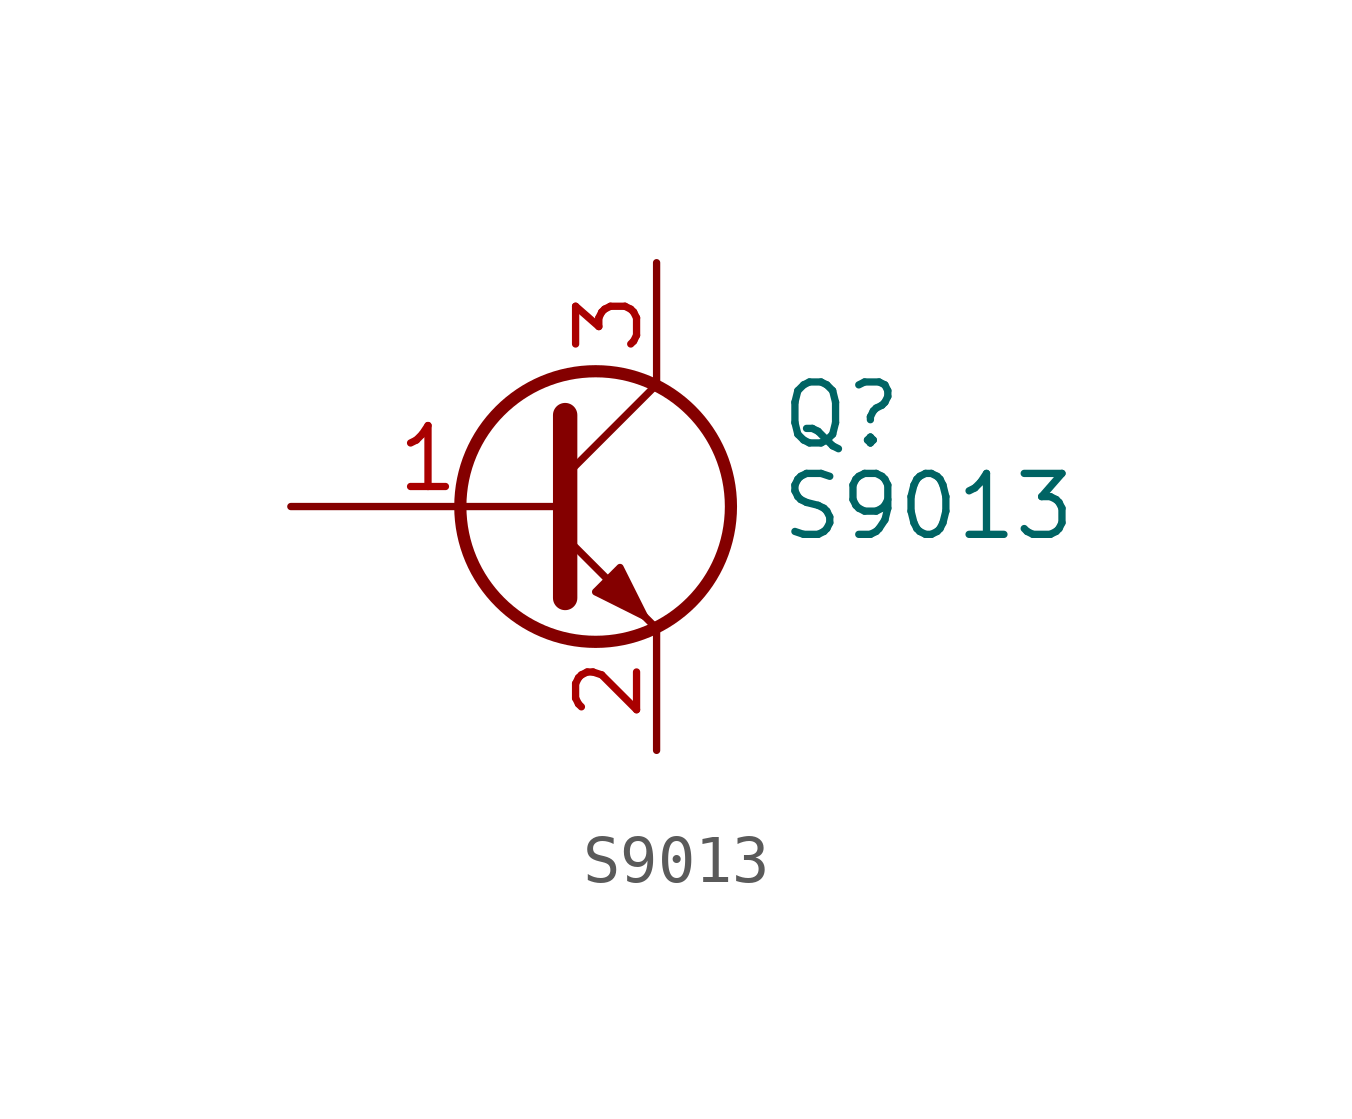
<source format=kicad_sym>
(kicad_symbol_lib
  (version 20220914)
  (generator kicad_symbol_editor)
  (symbol "S9013"
    (pin_names
      (offset 0) hide)
    (property "Reference" "Q"
      (at 5.08 1.905 0)
      (effects (font (size 1.27 1.27)) (justify left)))
    (property "Value" "S9013"
      (at 5.08 0 0)
      (effects (font (size 1.27 1.27)) (justify left)))
    (symbol "S9013_0_1"
      (polyline (pts (xy 0.635 0.635) (xy 2.54 2.54)) (stroke (width 0) (type default)) (fill (type none)))
      (polyline (pts (xy 0.635 -0.635) (xy 2.54 -2.54) (xy 2.54 -2.54)) (stroke (width 0) (type default)) (fill (type none)))
      (polyline (pts (xy 0.635 1.905) (xy 0.635 -1.905) (xy 0.635 -1.905)) (stroke (width 0.508) (type default)) (fill (type none)))
      (polyline (pts (xy 1.27 -1.778) (xy 1.778 -1.27) (xy 2.286 -2.286) (xy 1.27 -1.778) (xy 1.27 -1.778)) (stroke (width 0) (type default)) (fill (type outline)))
      (circle (center 1.27 0) (radius 2.819) (stroke (width 0.254) (type default)) (fill (type none))))
    (symbol "S9013_1_1"
      (pin input line (at -5.08 0 0) (length 5.715) (name "B" (effects (font (size 1.27 1.27)))) (number "1" (effects (font (size 1.27 1.27)))))
      (pin passive line (at 2.54 -5.08 90) (length 2.54) (name "E" (effects (font (size 1.27 1.27)))) (number "2" (effects (font (size 1.27 1.27)))))
      (pin passive line (at 2.54 5.08 270) (length 2.54) (name "C" (effects (font (size 1.27 1.27)))) (number "3" (effects (font (size 1.27 1.27))))))))
</source>
